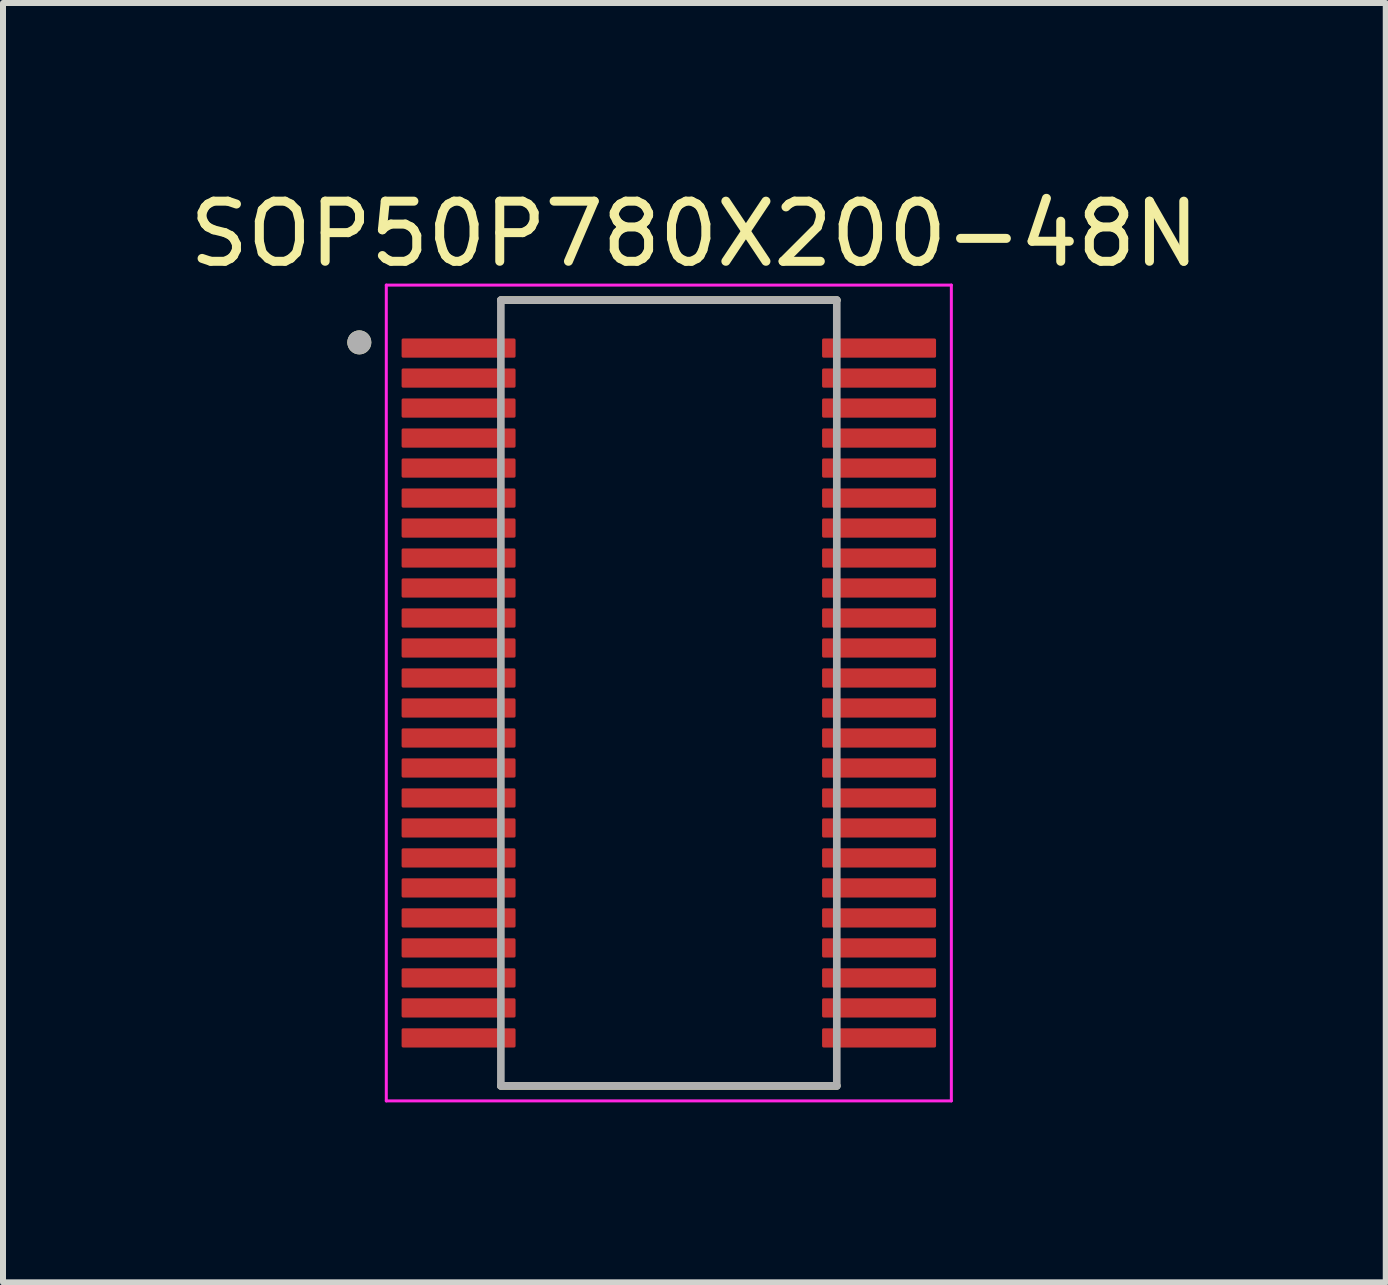
<source format=kicad_pcb>
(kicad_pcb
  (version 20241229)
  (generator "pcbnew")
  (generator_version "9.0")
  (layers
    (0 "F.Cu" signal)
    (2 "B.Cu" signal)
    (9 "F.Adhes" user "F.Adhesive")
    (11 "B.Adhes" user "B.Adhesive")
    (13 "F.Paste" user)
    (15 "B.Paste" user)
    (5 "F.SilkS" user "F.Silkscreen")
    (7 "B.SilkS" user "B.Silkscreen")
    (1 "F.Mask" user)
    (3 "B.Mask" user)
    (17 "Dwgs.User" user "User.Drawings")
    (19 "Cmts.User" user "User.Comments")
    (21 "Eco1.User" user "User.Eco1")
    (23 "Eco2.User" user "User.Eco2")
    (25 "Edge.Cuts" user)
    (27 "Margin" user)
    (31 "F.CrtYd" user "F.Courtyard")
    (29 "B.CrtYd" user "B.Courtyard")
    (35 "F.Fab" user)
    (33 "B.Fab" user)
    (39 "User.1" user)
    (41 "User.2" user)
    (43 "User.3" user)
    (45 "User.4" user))
  (footprint "SOP50P780X200-48N"
    (layer "F.Cu")
    (at 8.1 8.503)
    (property "Reference" "SOP50P780X200-48N" (at 0.426 -7.653 0) (layer "F.SilkS") (effects (font (size 1.002 1.002) (thickness 0.15))))
    (attr smd)
    (fp_line (start -2.8 -6.55) (end 2.8 -6.55) (stroke (width 0.127) (type solid)) (layer "F.SilkS"))
    (fp_line (start -2.8 6.55) (end 2.8 6.55) (stroke (width 0.127) (type solid)) (layer "F.SilkS"))
    (fp_circle (center -5.16 -5.845) (end -5.06 -5.845) (stroke (width 0.2) (type solid)) (fill no) (layer "F.SilkS"))
    (fp_line (start -4.71 -6.8) (end 4.71 -6.8) (stroke (width 0.05) (type solid)) (layer "F.CrtYd"))
    (fp_line (start -4.71 6.8) (end -4.71 -6.8) (stroke (width 0.05) (type solid)) (layer "F.CrtYd"))
    (fp_line (start 4.71 -6.8) (end 4.71 6.8) (stroke (width 0.05) (type solid)) (layer "F.CrtYd"))
    (fp_line (start 4.71 6.8) (end -4.71 6.8) (stroke (width 0.05) (type solid)) (layer "F.CrtYd"))
    (fp_line (start -2.8 -6.55) (end 2.8 -6.55) (stroke (width 0.127) (type solid)) (layer "F.Fab"))
    (fp_line (start -2.8 6.55) (end -2.8 -6.55) (stroke (width 0.127) (type solid)) (layer "F.Fab"))
    (fp_line (start 2.8 -6.55) (end 2.8 6.55) (stroke (width 0.127) (type solid)) (layer "F.Fab"))
    (fp_line (start 2.8 6.55) (end -2.8 6.55) (stroke (width 0.127) (type solid)) (layer "F.Fab"))
    (fp_circle (center -5.16 -5.845) (end -5.06 -5.845) (stroke (width 0.2) (type solid)) (fill no) (layer "F.Fab"))
    (pad "1" smd roundrect (at -3.505 -5.75) (size 1.9 0.32) (layers "F.Cu" "F.Mask" "F.Paste") (roundrect_rratio 0.08))
    (pad "2" smd roundrect (at -3.505 -5.25) (size 1.9 0.32) (layers "F.Cu" "F.Mask" "F.Paste") (roundrect_rratio 0.08))
    (pad "3" smd roundrect (at -3.505 -4.75) (size 1.9 0.32) (layers "F.Cu" "F.Mask" "F.Paste") (roundrect_rratio 0.08))
    (pad "4" smd roundrect (at -3.505 -4.25) (size 1.9 0.32) (layers "F.Cu" "F.Mask" "F.Paste") (roundrect_rratio 0.08))
    (pad "5" smd roundrect (at -3.505 -3.75) (size 1.9 0.32) (layers "F.Cu" "F.Mask" "F.Paste") (roundrect_rratio 0.08))
    (pad "6" smd roundrect (at -3.505 -3.25) (size 1.9 0.32) (layers "F.Cu" "F.Mask" "F.Paste") (roundrect_rratio 0.08))
    (pad "7" smd roundrect (at -3.505 -2.75) (size 1.9 0.32) (layers "F.Cu" "F.Mask" "F.Paste") (roundrect_rratio 0.08))
    (pad "8" smd roundrect (at -3.505 -2.25) (size 1.9 0.32) (layers "F.Cu" "F.Mask" "F.Paste") (roundrect_rratio 0.08))
    (pad "9" smd roundrect (at -3.505 -1.75) (size 1.9 0.32) (layers "F.Cu" "F.Mask" "F.Paste") (roundrect_rratio 0.08))
    (pad "10" smd roundrect (at -3.505 -1.25) (size 1.9 0.32) (layers "F.Cu" "F.Mask" "F.Paste") (roundrect_rratio 0.08))
    (pad "11" smd roundrect (at -3.505 -0.75) (size 1.9 0.32) (layers "F.Cu" "F.Mask" "F.Paste") (roundrect_rratio 0.08))
    (pad "12" smd roundrect (at -3.505 -0.25) (size 1.9 0.32) (layers "F.Cu" "F.Mask" "F.Paste") (roundrect_rratio 0.08))
    (pad "13" smd roundrect (at -3.505 0.25) (size 1.9 0.32) (layers "F.Cu" "F.Mask" "F.Paste") (roundrect_rratio 0.08))
    (pad "14" smd roundrect (at -3.505 0.75) (size 1.9 0.32) (layers "F.Cu" "F.Mask" "F.Paste") (roundrect_rratio 0.08))
    (pad "15" smd roundrect (at -3.505 1.25) (size 1.9 0.32) (layers "F.Cu" "F.Mask" "F.Paste") (roundrect_rratio 0.08))
    (pad "16" smd roundrect (at -3.505 1.75) (size 1.9 0.32) (layers "F.Cu" "F.Mask" "F.Paste") (roundrect_rratio 0.08))
    (pad "17" smd roundrect (at -3.505 2.25) (size 1.9 0.32) (layers "F.Cu" "F.Mask" "F.Paste") (roundrect_rratio 0.08))
    (pad "18" smd roundrect (at -3.505 2.75) (size 1.9 0.32) (layers "F.Cu" "F.Mask" "F.Paste") (roundrect_rratio 0.08))
    (pad "19" smd roundrect (at -3.505 3.25) (size 1.9 0.32) (layers "F.Cu" "F.Mask" "F.Paste") (roundrect_rratio 0.08))
    (pad "20" smd roundrect (at -3.505 3.75) (size 1.9 0.32) (layers "F.Cu" "F.Mask" "F.Paste") (roundrect_rratio 0.08))
    (pad "21" smd roundrect (at -3.505 4.25) (size 1.9 0.32) (layers "F.Cu" "F.Mask" "F.Paste") (roundrect_rratio 0.08))
    (pad "22" smd roundrect (at -3.505 4.75) (size 1.9 0.32) (layers "F.Cu" "F.Mask" "F.Paste") (roundrect_rratio 0.08))
    (pad "23" smd roundrect (at -3.505 5.25) (size 1.9 0.32) (layers "F.Cu" "F.Mask" "F.Paste") (roundrect_rratio 0.08))
    (pad "24" smd roundrect (at -3.505 5.75) (size 1.9 0.32) (layers "F.Cu" "F.Mask" "F.Paste") (roundrect_rratio 0.08))
    (pad "25" smd roundrect (at 3.505 5.75) (size 1.9 0.32) (layers "F.Cu" "F.Mask" "F.Paste") (roundrect_rratio 0.08))
    (pad "26" smd roundrect (at 3.505 5.25) (size 1.9 0.32) (layers "F.Cu" "F.Mask" "F.Paste") (roundrect_rratio 0.08))
    (pad "27" smd roundrect (at 3.505 4.75) (size 1.9 0.32) (layers "F.Cu" "F.Mask" "F.Paste") (roundrect_rratio 0.08))
    (pad "28" smd roundrect (at 3.505 4.25) (size 1.9 0.32) (layers "F.Cu" "F.Mask" "F.Paste") (roundrect_rratio 0.08))
    (pad "29" smd roundrect (at 3.505 3.75) (size 1.9 0.32) (layers "F.Cu" "F.Mask" "F.Paste") (roundrect_rratio 0.08))
    (pad "30" smd roundrect (at 3.505 3.25) (size 1.9 0.32) (layers "F.Cu" "F.Mask" "F.Paste") (roundrect_rratio 0.08))
    (pad "31" smd roundrect (at 3.505 2.75) (size 1.9 0.32) (layers "F.Cu" "F.Mask" "F.Paste") (roundrect_rratio 0.08))
    (pad "32" smd roundrect (at 3.505 2.25) (size 1.9 0.32) (layers "F.Cu" "F.Mask" "F.Paste") (roundrect_rratio 0.08))
    (pad "33" smd roundrect (at 3.505 1.75) (size 1.9 0.32) (layers "F.Cu" "F.Mask" "F.Paste") (roundrect_rratio 0.08))
    (pad "34" smd roundrect (at 3.505 1.25) (size 1.9 0.32) (layers "F.Cu" "F.Mask" "F.Paste") (roundrect_rratio 0.08))
    (pad "35" smd roundrect (at 3.505 0.75) (size 1.9 0.32) (layers "F.Cu" "F.Mask" "F.Paste") (roundrect_rratio 0.08))
    (pad "36" smd roundrect (at 3.505 0.25) (size 1.9 0.32) (layers "F.Cu" "F.Mask" "F.Paste") (roundrect_rratio 0.08))
    (pad "37" smd roundrect (at 3.505 -0.25) (size 1.9 0.32) (layers "F.Cu" "F.Mask" "F.Paste") (roundrect_rratio 0.08))
    (pad "38" smd roundrect (at 3.505 -0.75) (size 1.9 0.32) (layers "F.Cu" "F.Mask" "F.Paste") (roundrect_rratio 0.08))
    (pad "39" smd roundrect (at 3.505 -1.25) (size 1.9 0.32) (layers "F.Cu" "F.Mask" "F.Paste") (roundrect_rratio 0.08))
    (pad "40" smd roundrect (at 3.505 -1.75) (size 1.9 0.32) (layers "F.Cu" "F.Mask" "F.Paste") (roundrect_rratio 0.08))
    (pad "41" smd roundrect (at 3.505 -2.25) (size 1.9 0.32) (layers "F.Cu" "F.Mask" "F.Paste") (roundrect_rratio 0.08))
    (pad "42" smd roundrect (at 3.505 -2.75) (size 1.9 0.32) (layers "F.Cu" "F.Mask" "F.Paste") (roundrect_rratio 0.08))
    (pad "43" smd roundrect (at 3.505 -3.25) (size 1.9 0.32) (layers "F.Cu" "F.Mask" "F.Paste") (roundrect_rratio 0.08))
    (pad "44" smd roundrect (at 3.505 -3.75) (size 1.9 0.32) (layers "F.Cu" "F.Mask" "F.Paste") (roundrect_rratio 0.08))
    (pad "45" smd roundrect (at 3.505 -4.25) (size 1.9 0.32) (layers "F.Cu" "F.Mask" "F.Paste") (roundrect_rratio 0.08))
    (pad "46" smd roundrect (at 3.505 -4.75) (size 1.9 0.32) (layers "F.Cu" "F.Mask" "F.Paste") (roundrect_rratio 0.08))
    (pad "47" smd roundrect (at 3.505 -5.25) (size 1.9 0.32) (layers "F.Cu" "F.Mask" "F.Paste") (roundrect_rratio 0.08))
    (pad "48" smd roundrect (at 3.505 -5.75) (size 1.9 0.32) (layers "F.Cu" "F.Mask" "F.Paste") (roundrect_rratio 0.08)))
  (gr_rect
    (start -3 -3)
    (end 20.052 18.328)
    (stroke (width 0.1) (type default))
    (fill no)
    (layer "Edge.Cuts")))
</source>
